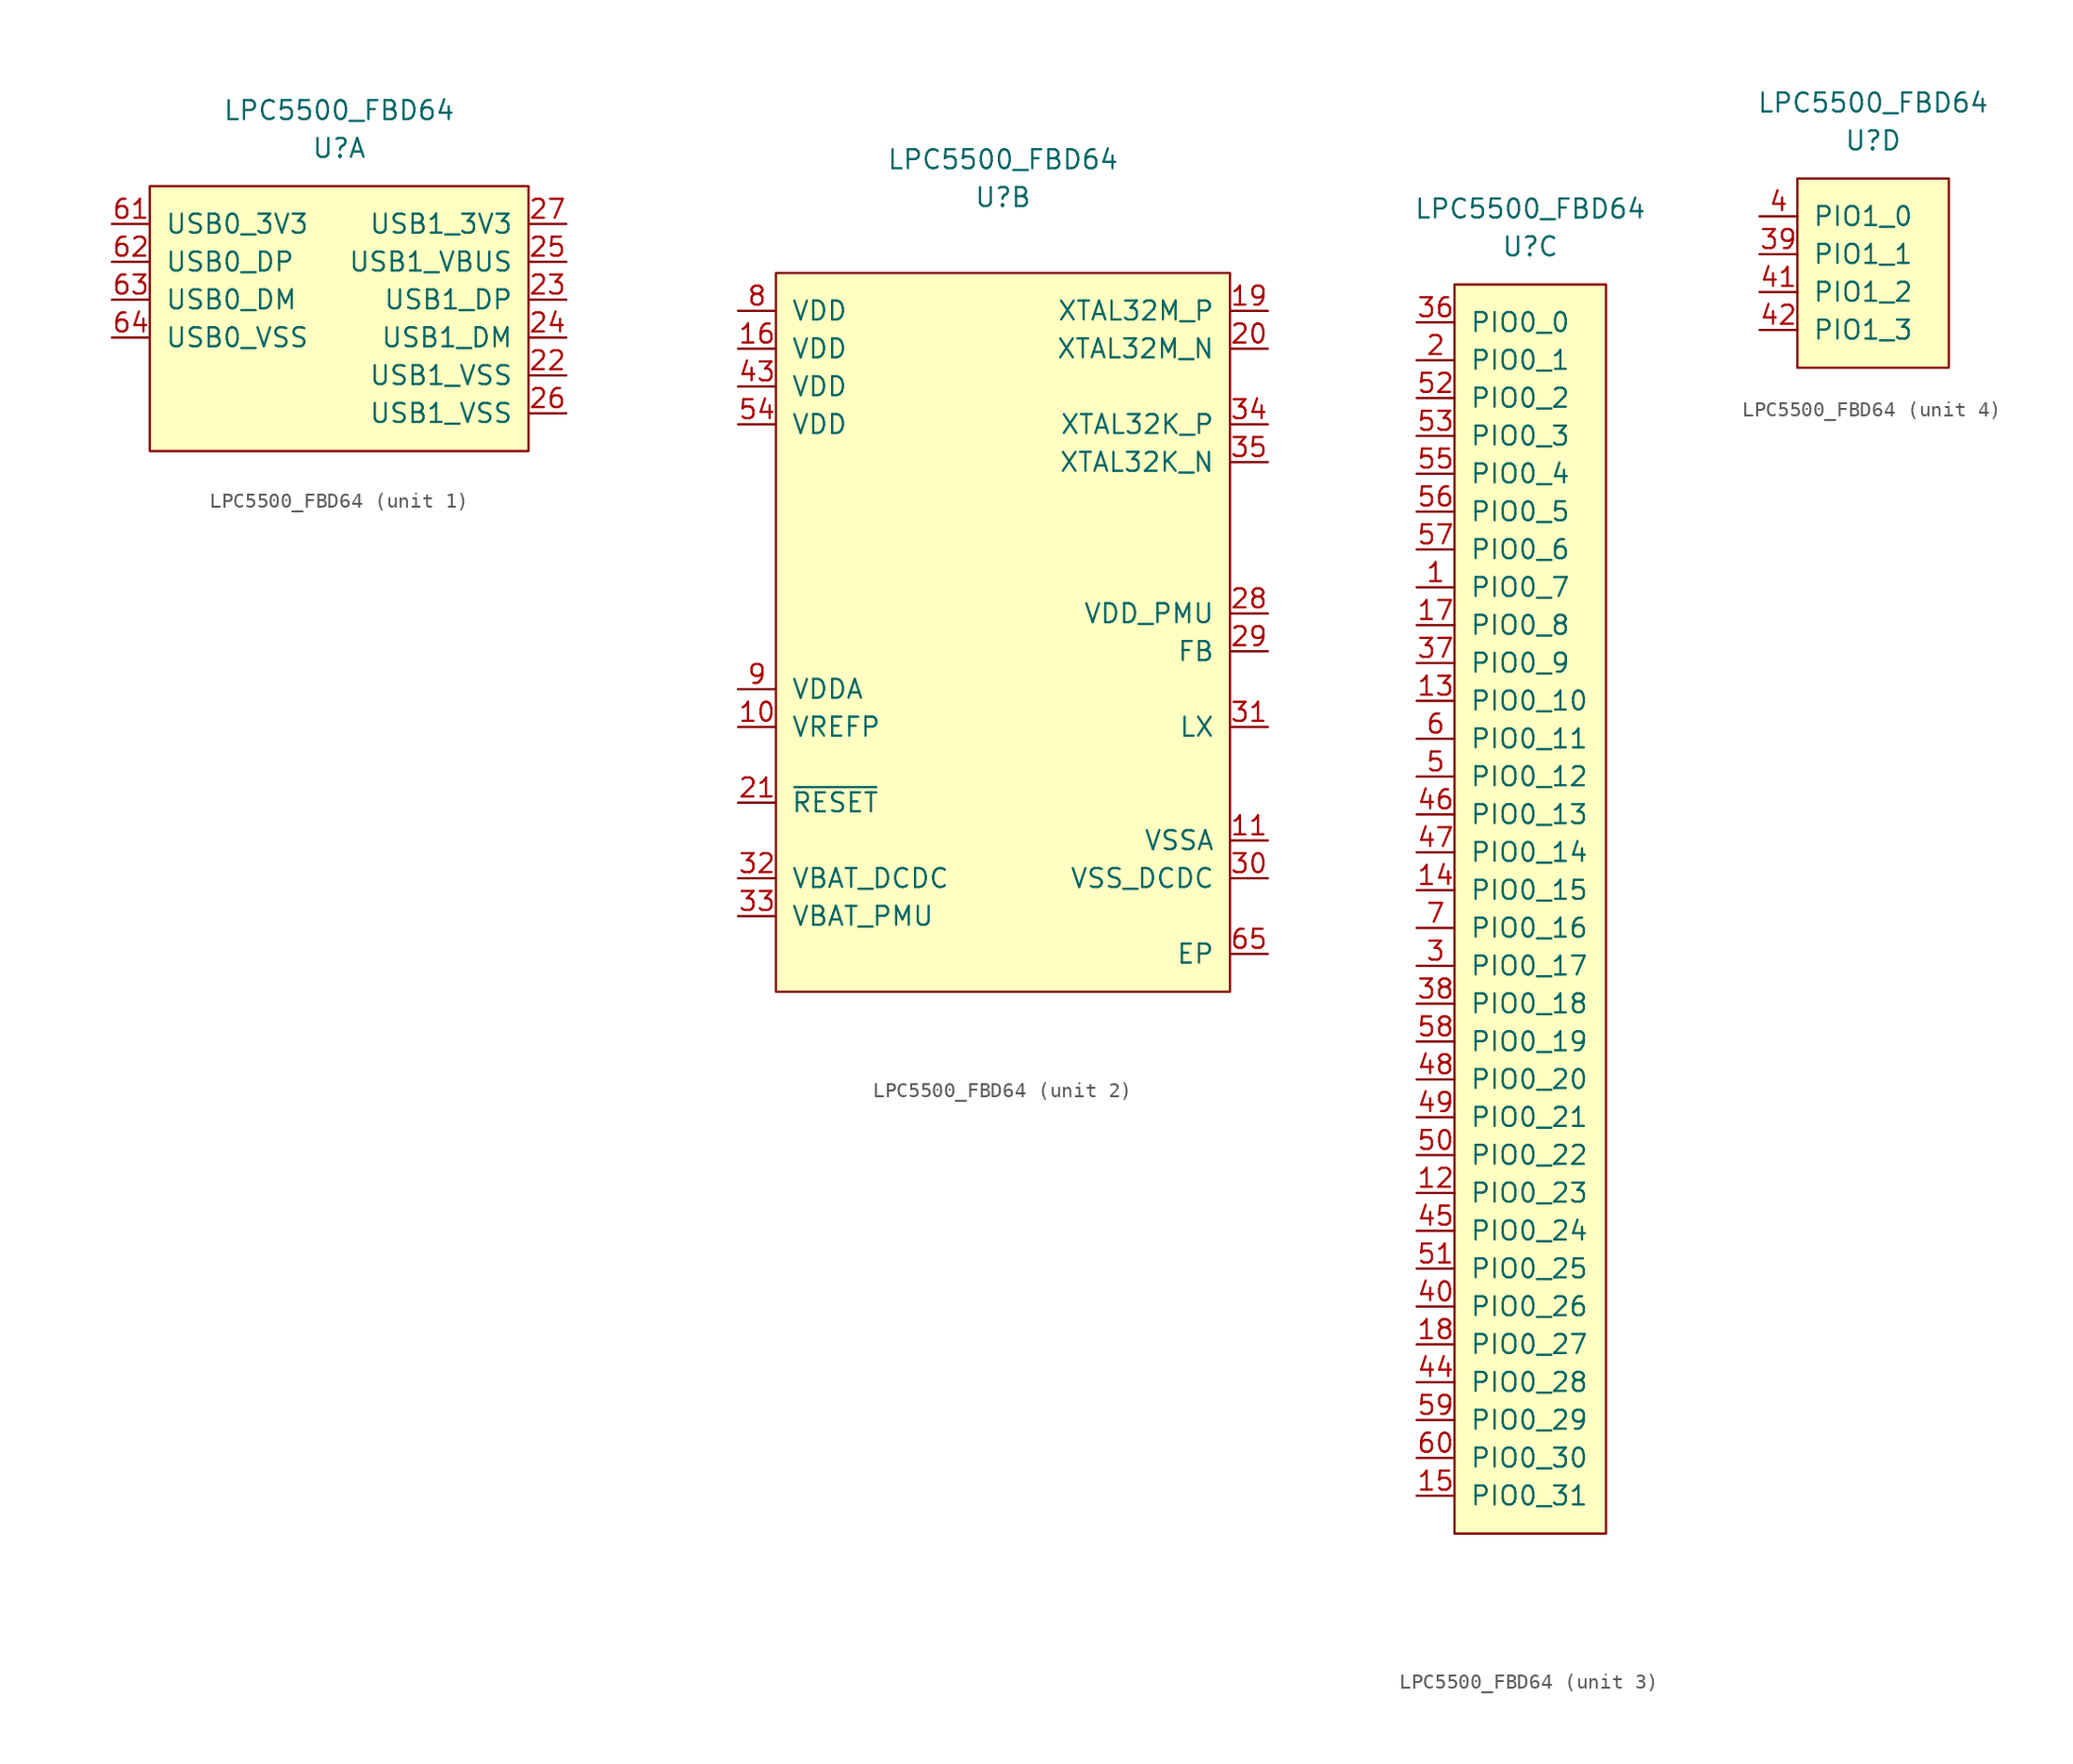
<source format=kicad_sym>
(kicad_symbol_lib
  (version 20201005)
  (generator kicad_symbol_editor)
  (symbol "symbols:LPC5500_FBD64"
    (pin_names
      (offset 1.016))
    (property "Reference" "U"
      (at 0 10.16 0)
      (effects (font (size 1.27 1.27))))
    (property "Value" "LPC5500_FBD64"
      (at 0 12.7 0)
      (effects (font (size 1.27 1.27))))
    (property "ki_locked" ""
      (at 0 0 0)
      (effects (font (size 1.27 1.27))))
    (symbol "LPC5500_FBD64_1_1"
      (rectangle (start -12.7 7.62) (end 12.7 -10.16) (stroke (width 0)) (fill (type background)))
      (pin power_in line (at 15.24 -5.08 180) (length 2.54) (name "USB1_VSS" (effects (font (size 1.27 1.27)))) (number "22" (effects (font (size 1.27 1.27)))))
      (pin bidirectional line (at 15.24 0 180) (length 2.54) (name "USB1_DP" (effects (font (size 1.27 1.27)))) (number "23" (effects (font (size 1.27 1.27)))))
      (pin bidirectional line (at 15.24 -2.54 180) (length 2.54) (name "USB1_DM" (effects (font (size 1.27 1.27)))) (number "24" (effects (font (size 1.27 1.27)))))
      (pin power_in line (at 15.24 2.54 180) (length 2.54) (name "USB1_VBUS" (effects (font (size 1.27 1.27)))) (number "25" (effects (font (size 1.27 1.27)))))
      (pin power_in line (at 15.24 -7.62 180) (length 2.54) (name "USB1_VSS" (effects (font (size 1.27 1.27)))) (number "26" (effects (font (size 1.27 1.27)))))
      (pin power_in line (at 15.24 5.08 180) (length 2.54) (name "USB1_3V3" (effects (font (size 1.27 1.27)))) (number "27" (effects (font (size 1.27 1.27)))))
      (pin power_in line (at -15.24 5.08 0) (length 2.54) (name "USB0_3V3" (effects (font (size 1.27 1.27)))) (number "61" (effects (font (size 1.27 1.27)))))
      (pin bidirectional line (at -15.24 2.54 0) (length 2.54) (name "USB0_DP" (effects (font (size 1.27 1.27)))) (number "62" (effects (font (size 1.27 1.27)))))
      (pin bidirectional line (at -15.24 0 0) (length 2.54) (name "USB0_DM" (effects (font (size 1.27 1.27)))) (number "63" (effects (font (size 1.27 1.27)))))
      (pin power_in line (at -15.24 -2.54 0) (length 2.54) (name "USB0_VSS" (effects (font (size 1.27 1.27)))) (number "64" (effects (font (size 1.27 1.27))))))
    (symbol "LPC5500_FBD64_2_1"
      (rectangle (start -15.24 5.08) (end 15.24 -43.18) (stroke (width 0)) (fill (type background)))
      (pin power_in line (at -17.78 -25.4 0) (length 2.54) (name "VREFP" (effects (font (size 1.27 1.27)))) (number "10" (effects (font (size 1.27 1.27)))))
      (pin power_in line (at 17.78 -33.02 180) (length 2.54) (name "VSSA" (effects (font (size 1.27 1.27)))) (number "11" (effects (font (size 1.27 1.27)))))
      (pin power_in line (at -17.78 0 0) (length 2.54) (name "VDD" (effects (font (size 1.27 1.27)))) (number "16" (effects (font (size 1.27 1.27)))))
      (pin input line (at 17.78 2.54 180) (length 2.54) (name "XTAL32M_P" (effects (font (size 1.27 1.27)))) (number "19" (effects (font (size 1.27 1.27)))))
      (pin input line (at 17.78 0 180) (length 2.54) (name "XTAL32M_N" (effects (font (size 1.27 1.27)))) (number "20" (effects (font (size 1.27 1.27)))))
      (pin input line (at -17.78 -30.48 0) (length 2.54) (name "~RESET" (effects (font (size 1.27 1.27)))) (number "21" (effects (font (size 1.27 1.27)))))
      (pin power_in line (at 17.78 -17.78 180) (length 2.54) (name "VDD_PMU" (effects (font (size 1.27 1.27)))) (number "28" (effects (font (size 1.27 1.27)))))
      (pin power_in line (at 17.78 -20.32 180) (length 2.54) (name "FB" (effects (font (size 1.27 1.27)))) (number "29" (effects (font (size 1.27 1.27)))))
      (pin power_in line (at 17.78 -35.56 180) (length 2.54) (name "VSS_DCDC" (effects (font (size 1.27 1.27)))) (number "30" (effects (font (size 1.27 1.27)))))
      (pin power_out line (at 17.78 -25.4 180) (length 2.54) (name "LX" (effects (font (size 1.27 1.27)))) (number "31" (effects (font (size 1.27 1.27)))))
      (pin power_in line (at -17.78 -35.56 0) (length 2.54) (name "VBAT_DCDC" (effects (font (size 1.27 1.27)))) (number "32" (effects (font (size 1.27 1.27)))))
      (pin power_in line (at -17.78 -38.1 0) (length 2.54) (name "VBAT_PMU" (effects (font (size 1.27 1.27)))) (number "33" (effects (font (size 1.27 1.27)))))
      (pin input line (at 17.78 -5.08 180) (length 2.54) (name "XTAL32K_P" (effects (font (size 1.27 1.27)))) (number "34" (effects (font (size 1.27 1.27)))))
      (pin input line (at 17.78 -7.62 180) (length 2.54) (name "XTAL32K_N" (effects (font (size 1.27 1.27)))) (number "35" (effects (font (size 1.27 1.27)))))
      (pin power_in line (at -17.78 -2.54 0) (length 2.54) (name "VDD" (effects (font (size 1.27 1.27)))) (number "43" (effects (font (size 1.27 1.27)))))
      (pin power_in line (at -17.78 -5.08 0) (length 2.54) (name "VDD" (effects (font (size 1.27 1.27)))) (number "54" (effects (font (size 1.27 1.27)))))
      (pin power_in line (at 17.78 -40.64 180) (length 2.54) (name "EP" (effects (font (size 1.27 1.27)))) (number "65" (effects (font (size 1.27 1.27)))))
      (pin power_in line (at -17.78 2.54 0) (length 2.54) (name "VDD" (effects (font (size 1.27 1.27)))) (number "8" (effects (font (size 1.27 1.27)))))
      (pin power_in line (at -17.78 -22.86 0) (length 2.54) (name "VDDA" (effects (font (size 1.27 1.27)))) (number "9" (effects (font (size 1.27 1.27))))))
    (symbol "LPC5500_FBD64_3_1"
      (rectangle (start -5.08 7.62) (end 5.08 -76.2) (stroke (width 0)) (fill (type background)))
      (pin bidirectional line (at -7.62 -12.7 0) (length 2.54) (name "PIO0_7" (effects (font (size 1.27 1.27)))) (number "1" (effects (font (size 1.27 1.27)))))
      (pin bidirectional line (at -7.62 -53.34 0) (length 2.54) (name "PIO0_23" (effects (font (size 1.27 1.27)))) (number "12" (effects (font (size 1.27 1.27)))))
      (pin bidirectional line (at -7.62 -20.32 0) (length 2.54) (name "PIO0_10" (effects (font (size 1.27 1.27)))) (number "13" (effects (font (size 1.27 1.27)))))
      (pin bidirectional line (at -7.62 -33.02 0) (length 2.54) (name "PIO0_15" (effects (font (size 1.27 1.27)))) (number "14" (effects (font (size 1.27 1.27)))))
      (pin bidirectional line (at -7.62 -73.66 0) (length 2.54) (name "PIO0_31" (effects (font (size 1.27 1.27)))) (number "15" (effects (font (size 1.27 1.27)))))
      (pin bidirectional line (at -7.62 -15.24 0) (length 2.54) (name "PIO0_8" (effects (font (size 1.27 1.27)))) (number "17" (effects (font (size 1.27 1.27)))))
      (pin bidirectional line (at -7.62 -63.5 0) (length 2.54) (name "PIO0_27" (effects (font (size 1.27 1.27)))) (number "18" (effects (font (size 1.27 1.27)))))
      (pin bidirectional line (at -7.62 2.54 0) (length 2.54) (name "PIO0_1" (effects (font (size 1.27 1.27)))) (number "2" (effects (font (size 1.27 1.27)))))
      (pin bidirectional line (at -7.62 -38.1 0) (length 2.54) (name "PIO0_17" (effects (font (size 1.27 1.27)))) (number "3" (effects (font (size 1.27 1.27)))))
      (pin bidirectional line (at -7.62 5.08 0) (length 2.54) (name "PIO0_0" (effects (font (size 1.27 1.27)))) (number "36" (effects (font (size 1.27 1.27)))))
      (pin bidirectional line (at -7.62 -17.78 0) (length 2.54) (name "PIO0_9" (effects (font (size 1.27 1.27)))) (number "37" (effects (font (size 1.27 1.27)))))
      (pin bidirectional line (at -7.62 -40.64 0) (length 2.54) (name "PIO0_18" (effects (font (size 1.27 1.27)))) (number "38" (effects (font (size 1.27 1.27)))))
      (pin bidirectional line (at -7.62 -60.96 0) (length 2.54) (name "PIO0_26" (effects (font (size 1.27 1.27)))) (number "40" (effects (font (size 1.27 1.27)))))
      (pin bidirectional line (at -7.62 -66.04 0) (length 2.54) (name "PIO0_28" (effects (font (size 1.27 1.27)))) (number "44" (effects (font (size 1.27 1.27)))))
      (pin bidirectional line (at -7.62 -55.88 0) (length 2.54) (name "PIO0_24" (effects (font (size 1.27 1.27)))) (number "45" (effects (font (size 1.27 1.27)))))
      (pin bidirectional line (at -7.62 -27.94 0) (length 2.54) (name "PIO0_13" (effects (font (size 1.27 1.27)))) (number "46" (effects (font (size 1.27 1.27)))))
      (pin bidirectional line (at -7.62 -30.48 0) (length 2.54) (name "PIO0_14" (effects (font (size 1.27 1.27)))) (number "47" (effects (font (size 1.27 1.27)))))
      (pin bidirectional line (at -7.62 -45.72 0) (length 2.54) (name "PIO0_20" (effects (font (size 1.27 1.27)))) (number "48" (effects (font (size 1.27 1.27)))))
      (pin bidirectional line (at -7.62 -48.26 0) (length 2.54) (name "PIO0_21" (effects (font (size 1.27 1.27)))) (number "49" (effects (font (size 1.27 1.27)))))
      (pin bidirectional line (at -7.62 -25.4 0) (length 2.54) (name "PIO0_12" (effects (font (size 1.27 1.27)))) (number "5" (effects (font (size 1.27 1.27)))))
      (pin bidirectional line (at -7.62 -50.8 0) (length 2.54) (name "PIO0_22" (effects (font (size 1.27 1.27)))) (number "50" (effects (font (size 1.27 1.27)))))
      (pin bidirectional line (at -7.62 -58.42 0) (length 2.54) (name "PIO0_25" (effects (font (size 1.27 1.27)))) (number "51" (effects (font (size 1.27 1.27)))))
      (pin bidirectional line (at -7.62 0 0) (length 2.54) (name "PIO0_2" (effects (font (size 1.27 1.27)))) (number "52" (effects (font (size 1.27 1.27)))))
      (pin bidirectional line (at -7.62 -2.54 0) (length 2.54) (name "PIO0_3" (effects (font (size 1.27 1.27)))) (number "53" (effects (font (size 1.27 1.27)))))
      (pin bidirectional line (at -7.62 -5.08 0) (length 2.54) (name "PIO0_4" (effects (font (size 1.27 1.27)))) (number "55" (effects (font (size 1.27 1.27)))))
      (pin bidirectional line (at -7.62 -7.62 0) (length 2.54) (name "PIO0_5" (effects (font (size 1.27 1.27)))) (number "56" (effects (font (size 1.27 1.27)))))
      (pin bidirectional line (at -7.62 -10.16 0) (length 2.54) (name "PIO0_6" (effects (font (size 1.27 1.27)))) (number "57" (effects (font (size 1.27 1.27)))))
      (pin bidirectional line (at -7.62 -43.18 0) (length 2.54) (name "PIO0_19" (effects (font (size 1.27 1.27)))) (number "58" (effects (font (size 1.27 1.27)))))
      (pin bidirectional line (at -7.62 -68.58 0) (length 2.54) (name "PIO0_29" (effects (font (size 1.27 1.27)))) (number "59" (effects (font (size 1.27 1.27)))))
      (pin bidirectional line (at -7.62 -22.86 0) (length 2.54) (name "PIO0_11" (effects (font (size 1.27 1.27)))) (number "6" (effects (font (size 1.27 1.27)))))
      (pin bidirectional line (at -7.62 -71.12 0) (length 2.54) (name "PIO0_30" (effects (font (size 1.27 1.27)))) (number "60" (effects (font (size 1.27 1.27)))))
      (pin bidirectional line (at -7.62 -35.56 0) (length 2.54) (name "PIO0_16" (effects (font (size 1.27 1.27)))) (number "7" (effects (font (size 1.27 1.27))))))
    (symbol "LPC5500_FBD64_4_1"
      (rectangle (start -5.08 7.62) (end 5.08 -5.08) (stroke (width 0)) (fill (type background)))
      (pin bidirectional line (at -7.62 2.54 0) (length 2.54) (name "PIO1_1" (effects (font (size 1.27 1.27)))) (number "39" (effects (font (size 1.27 1.27)))))
      (pin bidirectional line (at -7.62 5.08 0) (length 2.54) (name "PIO1_0" (effects (font (size 1.27 1.27)))) (number "4" (effects (font (size 1.27 1.27)))))
      (pin bidirectional line (at -7.62 0 0) (length 2.54) (name "PIO1_2" (effects (font (size 1.27 1.27)))) (number "41" (effects (font (size 1.27 1.27)))))
      (pin bidirectional line (at -7.62 -2.54 0) (length 2.54) (name "PIO1_3" (effects (font (size 1.27 1.27)))) (number "42" (effects (font (size 1.27 1.27))))))))
</source>
